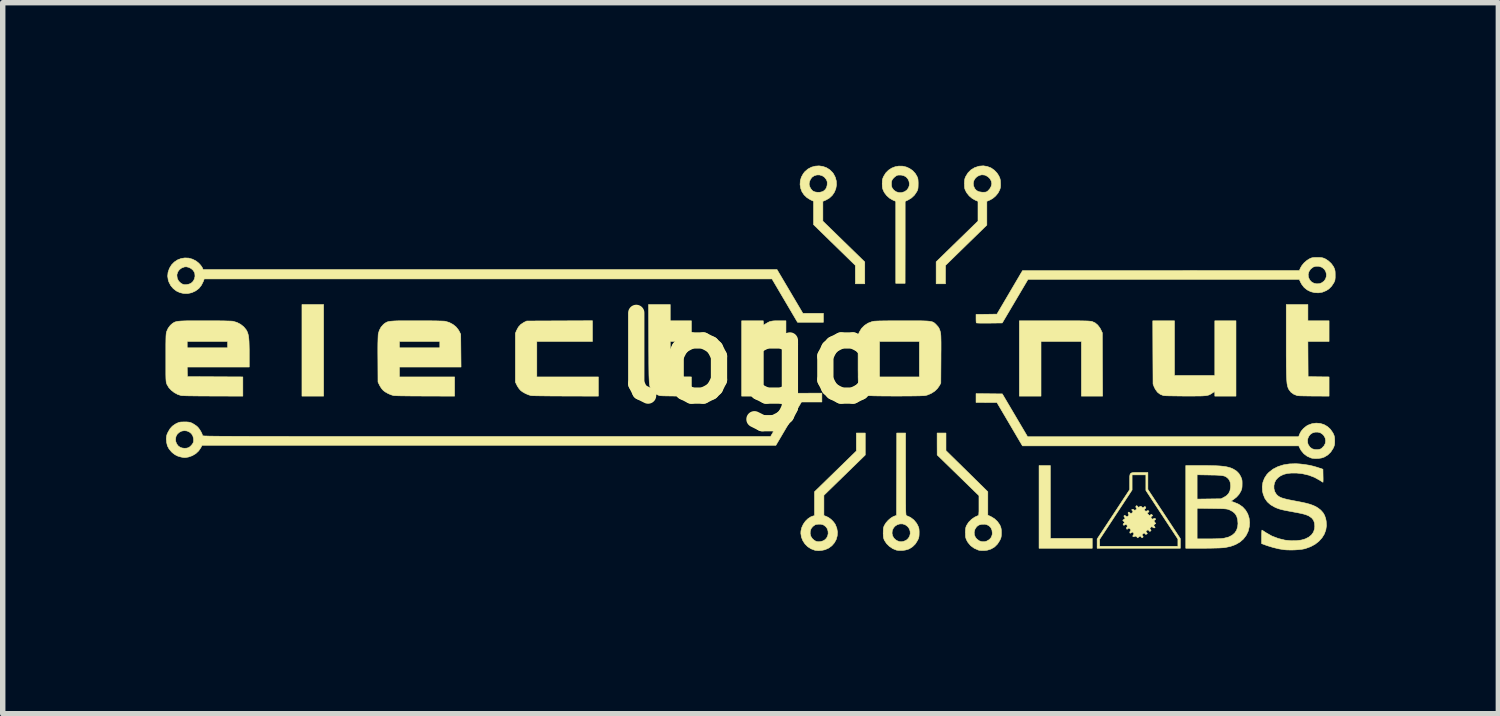
<source format=kicad_pcb>
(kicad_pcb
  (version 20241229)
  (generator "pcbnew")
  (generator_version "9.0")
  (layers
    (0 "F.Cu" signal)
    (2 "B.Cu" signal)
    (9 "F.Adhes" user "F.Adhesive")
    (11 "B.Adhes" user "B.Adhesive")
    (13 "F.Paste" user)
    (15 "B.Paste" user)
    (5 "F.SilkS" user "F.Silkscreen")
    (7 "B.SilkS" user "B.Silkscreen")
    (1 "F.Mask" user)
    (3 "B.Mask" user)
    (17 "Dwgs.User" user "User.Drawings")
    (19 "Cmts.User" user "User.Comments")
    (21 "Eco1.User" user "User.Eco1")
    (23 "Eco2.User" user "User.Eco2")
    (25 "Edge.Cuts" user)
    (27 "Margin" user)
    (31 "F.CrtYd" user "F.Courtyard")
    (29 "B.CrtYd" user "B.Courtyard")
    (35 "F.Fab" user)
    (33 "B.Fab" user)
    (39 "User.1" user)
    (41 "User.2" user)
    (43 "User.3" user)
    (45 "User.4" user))
  (footprint "logo"
    (layer "F.Cu")
    (at 10.777 3.549)
    (property "Reference" "logo" (at 0 0 0) (layer "F.SilkS") (effects (font (size 1.524 1.524) (thickness 0.3))))
    (attr through_hole)
    (fp_poly (pts (xy -7.865 0.699) (xy -8.264 0.699) (xy -8.264 -0.989) (xy -7.865 -0.989) (xy -7.865 0.699)) (stroke (width 0.01) (type solid)) (fill yes) (layer "F.SilkS"))
    (fp_poly (pts (xy 5.524 3.32) (xy 6.296 3.32) (xy 6.296 3.502) (xy 5.316 3.502) (xy 5.316 1.978) (xy 5.524 1.978) (xy 5.524 3.32)) (stroke (width 0.01) (type solid)) (fill yes) (layer "F.SilkS"))
    (fp_poly (pts (xy 0.238 -0.649) (xy 0.24 -0.609) (xy 0.29 -0.64) (xy 0.321 -0.658) (xy 0.349 -0.672) (xy 0.379 -0.68) (xy 0.414 -0.686) (xy 0.458 -0.689) (xy 0.516 -0.689) (xy 0.528 -0.689) (xy 0.653 -0.689) (xy 0.653 -0.308) (xy 0.236 -0.308) (xy 0.236 0.699) (xy -0.163 0.699) (xy -0.163 -0.689) (xy 0.235 -0.689) (xy 0.238 -0.649)) (stroke (width 0.01) (type solid)) (fill yes) (layer "F.SilkS"))
    (fp_poly (pts (xy 5.726 -0.689) (xy 5.836 -0.689) (xy 5.929 -0.689) (xy 6.009 -0.689) (xy 6.076 -0.688) (xy 6.131 -0.687) (xy 6.176 -0.686) (xy 6.211 -0.685) (xy 6.239 -0.683) (xy 6.261 -0.681) (xy 6.277 -0.679) (xy 6.29 -0.677) (xy 6.295 -0.675) (xy 6.348 -0.651) (xy 6.396 -0.611) (xy 6.436 -0.559) (xy 6.455 -0.524) (xy 6.482 -0.467) (xy 6.484 0.116) (xy 6.487 0.699) (xy 6.096 0.699) (xy 6.096 -0.308) (xy 5.352 -0.308) (xy 5.352 0.699) (xy 4.953 0.699) (xy 4.953 -0.689) (xy 5.6 -0.689) (xy 5.726 -0.689)) (stroke (width 0.01) (type solid)) (fill yes) (layer "F.SilkS"))
    (fp_poly (pts (xy -2.912 -0.308) (xy -3.937 -0.308) (xy -3.937 0.345) (xy -2.803 0.345) (xy -2.803 0.699) (xy -3.404 0.698) (xy -3.508 0.697) (xy -3.607 0.697) (xy -3.701 0.696) (xy -3.786 0.695) (xy -3.862 0.694) (xy -3.928 0.693) (xy -3.98 0.692) (xy -4.018 0.691) (xy -4.041 0.689) (xy -4.045 0.689) (xy -4.093 0.674) (xy -4.147 0.651) (xy -4.198 0.622) (xy -4.234 0.595) (xy -4.262 0.564) (xy -4.29 0.523) (xy -4.302 0.501) (xy -4.332 0.44) (xy -4.332 -0.458) (xy -4.31 -0.511) (xy -4.276 -0.574) (xy -4.23 -0.624) (xy -4.174 -0.66) (xy -4.123 -0.685) (xy -2.912 -0.69) (xy -2.912 -0.308)) (stroke (width 0.01) (type solid)) (fill yes) (layer "F.SilkS"))
    (fp_poly (pts (xy 7.171 2.105) (xy 7.321 2.105) (xy 7.321 2.261) (xy 7.321 2.418) (xy 7.62 2.871) (xy 7.919 3.325) (xy 7.919 3.413) (xy 7.919 3.502) (xy 6.386 3.502) (xy 6.386 3.338) (xy 6.432 3.338) (xy 6.432 3.465) (xy 7.874 3.465) (xy 7.874 3.333) (xy 7.579 2.885) (xy 7.284 2.436) (xy 7.284 2.15) (xy 7.03 2.15) (xy 7.03 2.428) (xy 6.731 2.883) (xy 6.432 3.338) (xy 6.386 3.338) (xy 6.386 3.331) (xy 6.686 2.876) (xy 6.985 2.421) (xy 6.985 2.281) (xy 6.985 2.222) (xy 6.986 2.177) (xy 6.991 2.146) (xy 7.002 2.125) (xy 7.021 2.113) (xy 7.05 2.107) (xy 7.092 2.105) (xy 7.15 2.105) (xy 7.171 2.105)) (stroke (width 0.01) (type solid)) (fill yes) (layer "F.SilkS"))
    (fp_poly (pts (xy 10.269 -0.689) (xy 10.659 -0.689) (xy 10.659 -0.308) (xy 10.269 -0.308) (xy 10.271 0.016) (xy 10.273 0.34) (xy 10.466 0.343) (xy 10.659 0.345) (xy 10.659 0.699) (xy 10.38 0.698) (xy 10.309 0.697) (xy 10.243 0.696) (xy 10.185 0.695) (xy 10.136 0.694) (xy 10.1 0.692) (xy 10.078 0.69) (xy 10.074 0.69) (xy 10.01 0.665) (xy 9.958 0.628) (xy 9.92 0.579) (xy 9.907 0.554) (xy 9.901 0.537) (xy 9.895 0.518) (xy 9.89 0.496) (xy 9.885 0.469) (xy 9.882 0.437) (xy 9.879 0.398) (xy 9.876 0.35) (xy 9.874 0.293) (xy 9.873 0.226) (xy 9.871 0.146) (xy 9.871 0.053) (xy 9.87 -0.054) (xy 9.87 -0.176) (xy 9.87 -0.316) (xy 9.87 -0.32) (xy 9.87 -0.989) (xy 10.269 -0.989) (xy 10.269 -0.689)) (stroke (width 0.01) (type solid)) (fill yes) (layer "F.SilkS"))
    (fp_poly (pts (xy -1.479 -0.689) (xy -1.089 -0.689) (xy -1.089 -0.308) (xy -1.479 -0.308) (xy -1.476 0.016) (xy -1.474 0.34) (xy -1.281 0.343) (xy -1.089 0.345) (xy -1.089 0.699) (xy -1.368 0.698) (xy -1.438 0.697) (xy -1.504 0.696) (xy -1.563 0.695) (xy -1.611 0.694) (xy -1.648 0.692) (xy -1.67 0.691) (xy -1.674 0.69) (xy -1.727 0.67) (xy -1.775 0.639) (xy -1.814 0.601) (xy -1.83 0.576) (xy -1.838 0.562) (xy -1.844 0.548) (xy -1.85 0.534) (xy -1.854 0.518) (xy -1.859 0.499) (xy -1.862 0.475) (xy -1.865 0.446) (xy -1.867 0.41) (xy -1.869 0.366) (xy -1.871 0.313) (xy -1.872 0.249) (xy -1.873 0.173) (xy -1.874 0.083) (xy -1.874 -0.02) (xy -1.875 -0.14) (xy -1.875 -0.265) (xy -1.879 -0.989) (xy -1.479 -0.989) (xy -1.479 -0.689)) (stroke (width 0.01) (type solid)) (fill yes) (layer "F.SilkS"))
    (fp_poly (pts (xy 7.811 0.318) (xy 8.554 0.318) (xy 8.554 -0.689) (xy 8.944 -0.689) (xy 8.944 0.699) (xy 8.554 0.699) (xy 8.554 0.658) (xy 8.553 0.633) (xy 8.551 0.619) (xy 8.549 0.617) (xy 8.539 0.622) (xy 8.52 0.634) (xy 8.503 0.645) (xy 8.484 0.658) (xy 8.466 0.668) (xy 8.448 0.677) (xy 8.427 0.683) (xy 8.401 0.689) (xy 8.369 0.692) (xy 8.329 0.695) (xy 8.278 0.697) (xy 8.216 0.697) (xy 8.14 0.698) (xy 8.049 0.698) (xy 8.011 0.698) (xy 7.93 0.697) (xy 7.853 0.696) (xy 7.783 0.695) (xy 7.721 0.694) (xy 7.671 0.693) (xy 7.634 0.691) (xy 7.612 0.689) (xy 7.608 0.689) (xy 7.549 0.666) (xy 7.499 0.628) (xy 7.459 0.574) (xy 7.437 0.53) (xy 7.416 0.476) (xy 7.413 -0.107) (xy 7.411 -0.689) (xy 7.811 -0.689) (xy 7.811 0.318)) (stroke (width 0.01) (type solid)) (fill yes) (layer "F.SilkS"))
    (fp_poly (pts (xy -10.352 -1.844) (xy -10.283 -1.825) (xy -10.217 -1.792) (xy -10.17 -1.755) (xy -10.142 -1.726) (xy -10.118 -1.696) (xy -10.102 -1.671) (xy -10.101 -1.67) (xy -10.085 -1.633) (xy 0.488 -1.633) (xy 0.727 -1.229) (xy 0.965 -0.826) (xy 1.343 -0.826) (xy 1.343 -0.662) (xy 1.104 -0.662) (xy 0.866 -0.662) (xy 0.631 -1.061) (xy 0.396 -1.46) (xy -10.065 -1.46) (xy -10.08 -1.417) (xy -10.115 -1.346) (xy -10.162 -1.286) (xy -10.223 -1.24) (xy -10.294 -1.207) (xy -10.368 -1.191) (xy -10.442 -1.192) (xy -10.512 -1.208) (xy -10.577 -1.238) (xy -10.634 -1.282) (xy -10.681 -1.337) (xy -10.715 -1.403) (xy -10.728 -1.442) (xy -10.738 -1.513) (xy -10.737 -1.521) (xy -10.568 -1.521) (xy -10.56 -1.466) (xy -10.535 -1.42) (xy -10.496 -1.382) (xy -10.458 -1.361) (xy -10.426 -1.354) (xy -10.385 -1.356) (xy -10.344 -1.365) (xy -10.309 -1.38) (xy -10.305 -1.382) (xy -10.269 -1.416) (xy -10.245 -1.46) (xy -10.234 -1.51) (xy -10.238 -1.56) (xy -10.245 -1.581) (xy -10.269 -1.619) (xy -10.305 -1.651) (xy -10.348 -1.673) (xy -10.393 -1.684) (xy -10.426 -1.682) (xy -10.479 -1.663) (xy -10.521 -1.632) (xy -10.551 -1.591) (xy -10.567 -1.543) (xy -10.568 -1.521) (xy -10.737 -1.521) (xy -10.731 -1.581) (xy -10.707 -1.651) (xy -10.705 -1.656) (xy -10.666 -1.72) (xy -10.615 -1.772) (xy -10.556 -1.811) (xy -10.491 -1.836) (xy -10.422 -1.847) (xy -10.352 -1.844)) (stroke (width 0.01) (type solid)) (fill yes) (layer "F.SilkS"))
    (fp_poly (pts (xy 1.332 -3.533) (xy 1.398 -3.51) (xy 1.459 -3.472) (xy 1.511 -3.421) (xy 1.527 -3.4) (xy 1.562 -3.333) (xy 1.581 -3.263) (xy 1.584 -3.193) (xy 1.572 -3.124) (xy 1.546 -3.059) (xy 1.507 -3.001) (xy 1.455 -2.952) (xy 1.391 -2.914) (xy 1.383 -2.911) (xy 1.333 -2.89) (xy 1.333 -2.525) (xy 1.719 -2.149) (xy 2.105 -1.773) (xy 2.105 -1.37) (xy 1.932 -1.37) (xy 1.931 -1.71) (xy 1.161 -2.461) (xy 1.161 -2.892) (xy 1.103 -2.919) (xy 1.039 -2.959) (xy 0.987 -3.009) (xy 0.948 -3.067) (xy 0.924 -3.131) (xy 0.913 -3.199) (xy 0.914 -3.21) (xy 1.079 -3.21) (xy 1.087 -3.17) (xy 1.106 -3.129) (xy 1.133 -3.094) (xy 1.151 -3.079) (xy 1.187 -3.063) (xy 1.232 -3.056) (xy 1.279 -3.057) (xy 1.321 -3.067) (xy 1.343 -3.077) (xy 1.379 -3.108) (xy 1.401 -3.144) (xy 1.412 -3.188) (xy 1.413 -3.202) (xy 1.414 -3.237) (xy 1.41 -3.262) (xy 1.399 -3.287) (xy 1.394 -3.295) (xy 1.362 -3.335) (xy 1.32 -3.362) (xy 1.272 -3.376) (xy 1.223 -3.376) (xy 1.175 -3.362) (xy 1.134 -3.334) (xy 1.128 -3.328) (xy 1.104 -3.293) (xy 1.086 -3.251) (xy 1.08 -3.211) (xy 1.079 -3.21) (xy 0.914 -3.21) (xy 0.917 -3.268) (xy 0.937 -3.336) (xy 0.972 -3.399) (xy 1.001 -3.436) (xy 1.058 -3.485) (xy 1.122 -3.519) (xy 1.191 -3.538) (xy 1.262 -3.543) (xy 1.332 -3.533)) (stroke (width 0.01) (type solid)) (fill yes) (layer "F.SilkS"))
    (fp_poly (pts (xy 2.114 1.784) (xy 1.352 2.526) (xy 1.352 2.899) (xy 1.396 2.915) (xy 1.438 2.936) (xy 1.483 2.969) (xy 1.523 3.009) (xy 1.556 3.052) (xy 1.562 3.063) (xy 1.59 3.133) (xy 1.602 3.204) (xy 1.597 3.275) (xy 1.578 3.342) (xy 1.544 3.403) (xy 1.498 3.456) (xy 1.439 3.499) (xy 1.371 3.529) (xy 1.313 3.541) (xy 1.252 3.546) (xy 1.196 3.541) (xy 1.184 3.538) (xy 1.115 3.512) (xy 1.054 3.473) (xy 1.003 3.422) (xy 0.964 3.362) (xy 0.938 3.297) (xy 0.928 3.233) (xy 1.099 3.233) (xy 1.11 3.279) (xy 1.136 3.321) (xy 1.174 3.356) (xy 1.208 3.374) (xy 1.244 3.382) (xy 1.287 3.379) (xy 1.33 3.368) (xy 1.361 3.353) (xy 1.398 3.319) (xy 1.421 3.277) (xy 1.431 3.231) (xy 1.428 3.184) (xy 1.413 3.139) (xy 1.385 3.101) (xy 1.345 3.073) (xy 1.331 3.067) (xy 1.298 3.059) (xy 1.258 3.058) (xy 1.219 3.061) (xy 1.19 3.07) (xy 1.146 3.102) (xy 1.116 3.141) (xy 1.101 3.186) (xy 1.099 3.233) (xy 0.928 3.233) (xy 0.927 3.227) (xy 0.929 3.184) (xy 0.944 3.121) (xy 0.972 3.06) (xy 1.011 3.004) (xy 1.058 2.958) (xy 1.111 2.923) (xy 1.154 2.907) (xy 1.179 2.901) (xy 1.179 2.461) (xy 1.565 2.085) (xy 1.95 1.71) (xy 1.95 1.544) (xy 1.95 1.379) (xy 2.114 1.379) (xy 2.114 1.784)) (stroke (width 0.01) (type solid)) (fill yes) (layer "F.SilkS"))
    (fp_poly (pts (xy -6.041 -0.689) (xy -5.946 -0.689) (xy -5.859 -0.688) (xy -5.784 -0.687) (xy -5.721 -0.685) (xy -5.672 -0.684) (xy -5.639 -0.682) (xy -5.624 -0.68) (xy -5.55 -0.658) (xy -5.482 -0.622) (xy -5.424 -0.575) (xy -5.379 -0.518) (xy -5.364 -0.491) (xy -5.339 -0.44) (xy -5.333 0.163) (xy -6.468 0.163) (xy -6.468 0.345) (xy -5.452 0.345) (xy -5.452 0.699) (xy -5.994 0.698) (xy -6.093 0.697) (xy -6.187 0.697) (xy -6.275 0.696) (xy -6.355 0.695) (xy -6.426 0.694) (xy -6.485 0.693) (xy -6.531 0.691) (xy -6.562 0.69) (xy -6.576 0.689) (xy -6.624 0.674) (xy -6.678 0.651) (xy -6.729 0.622) (xy -6.765 0.595) (xy -6.793 0.564) (xy -6.82 0.524) (xy -6.833 0.501) (xy -6.863 0.44) (xy -6.865 0.027) (xy -6.866 -0.095) (xy -6.866 -0.2) (xy -6.865 -0.286) (xy -6.864 -0.308) (xy -6.468 -0.308) (xy -6.468 -0.191) (xy -5.724 -0.191) (xy -5.724 -0.308) (xy -6.468 -0.308) (xy -6.864 -0.308) (xy -6.863 -0.355) (xy -6.861 -0.406) (xy -6.859 -0.44) (xy -6.858 -0.446) (xy -6.839 -0.512) (xy -6.807 -0.572) (xy -6.765 -0.62) (xy -6.751 -0.632) (xy -6.735 -0.644) (xy -6.719 -0.654) (xy -6.703 -0.663) (xy -6.685 -0.67) (xy -6.662 -0.676) (xy -6.634 -0.68) (xy -6.599 -0.683) (xy -6.556 -0.686) (xy -6.502 -0.688) (xy -6.436 -0.689) (xy -6.357 -0.689) (xy -6.263 -0.689) (xy -6.153 -0.689) (xy -6.145 -0.689) (xy -6.041 -0.689)) (stroke (width 0.01) (type solid)) (fill yes) (layer "F.SilkS"))
    (fp_poly (pts (xy 4.639 0.658) (xy 5.105 1.447) (xy 10.099 1.447) (xy 10.116 1.4) (xy 10.145 1.345) (xy 10.189 1.294) (xy 10.242 1.251) (xy 10.273 1.233) (xy 10.347 1.206) (xy 10.422 1.196) (xy 10.495 1.202) (xy 10.565 1.223) (xy 10.628 1.259) (xy 10.683 1.309) (xy 10.727 1.372) (xy 10.739 1.395) (xy 10.752 1.426) (xy 10.759 1.455) (xy 10.762 1.49) (xy 10.763 1.524) (xy 10.762 1.565) (xy 10.759 1.595) (xy 10.751 1.622) (xy 10.738 1.652) (xy 10.734 1.661) (xy 10.691 1.728) (xy 10.636 1.782) (xy 10.57 1.822) (xy 10.522 1.838) (xy 10.465 1.847) (xy 10.405 1.849) (xy 10.351 1.844) (xy 10.326 1.838) (xy 10.255 1.806) (xy 10.194 1.76) (xy 10.145 1.701) (xy 10.121 1.658) (xy 10.101 1.615) (xy 5.01 1.615) (xy 4.962 1.534) (xy 10.261 1.534) (xy 10.271 1.582) (xy 10.277 1.595) (xy 10.308 1.64) (xy 10.347 1.669) (xy 10.395 1.683) (xy 10.439 1.685) (xy 10.474 1.681) (xy 10.5 1.674) (xy 10.524 1.659) (xy 10.529 1.654) (xy 10.567 1.614) (xy 10.59 1.568) (xy 10.596 1.519) (xy 10.587 1.47) (xy 10.562 1.425) (xy 10.538 1.4) (xy 10.498 1.374) (xy 10.451 1.362) (xy 10.4 1.363) (xy 10.353 1.377) (xy 10.313 1.404) (xy 10.284 1.442) (xy 10.266 1.486) (xy 10.261 1.534) (xy 4.962 1.534) (xy 4.775 1.216) (xy 4.54 0.817) (xy 4.155 0.816) (xy 4.155 0.653) (xy 4.639 0.658)) (stroke (width 0.01) (type solid)) (fill yes) (layer "F.SilkS"))
    (fp_poly (pts (xy 2.8 -3.538) (xy 2.867 -3.523) (xy 2.93 -3.495) (xy 2.988 -3.455) (xy 3.037 -3.401) (xy 3.067 -3.349) (xy 3.077 -3.327) (xy 3.084 -3.304) (xy 3.087 -3.275) (xy 3.089 -3.237) (xy 3.089 -3.211) (xy 3.088 -3.167) (xy 3.086 -3.135) (xy 3.082 -3.112) (xy 3.075 -3.091) (xy 3.063 -3.068) (xy 3.02 -3.004) (xy 2.965 -2.952) (xy 2.904 -2.915) (xy 2.849 -2.889) (xy 2.849 -2.134) (xy 2.848 -1.379) (xy 2.676 -1.379) (xy 2.676 -2.89) (xy 2.626 -2.911) (xy 2.566 -2.945) (xy 2.512 -2.992) (xy 2.469 -3.047) (xy 2.453 -3.077) (xy 2.44 -3.108) (xy 2.432 -3.135) (xy 2.428 -3.165) (xy 2.427 -3.204) (xy 2.427 -3.212) (xy 2.595 -3.212) (xy 2.598 -3.173) (xy 2.607 -3.141) (xy 2.607 -3.141) (xy 2.639 -3.097) (xy 2.681 -3.067) (xy 2.73 -3.051) (xy 2.783 -3.051) (xy 2.835 -3.066) (xy 2.837 -3.067) (xy 2.879 -3.096) (xy 2.908 -3.134) (xy 2.924 -3.176) (xy 2.927 -3.221) (xy 2.918 -3.265) (xy 2.898 -3.305) (xy 2.867 -3.339) (xy 2.826 -3.362) (xy 2.78 -3.373) (xy 2.748 -3.374) (xy 2.719 -3.373) (xy 2.708 -3.371) (xy 2.683 -3.359) (xy 2.653 -3.336) (xy 2.626 -3.309) (xy 2.608 -3.283) (xy 2.598 -3.252) (xy 2.595 -3.212) (xy 2.427 -3.212) (xy 2.427 -3.216) (xy 2.428 -3.259) (xy 2.431 -3.291) (xy 2.439 -3.317) (xy 2.451 -3.345) (xy 2.452 -3.348) (xy 2.492 -3.413) (xy 2.543 -3.464) (xy 2.601 -3.502) (xy 2.665 -3.527) (xy 2.732 -3.539) (xy 2.8 -3.538)) (stroke (width 0.01) (type solid)) (fill yes) (layer "F.SilkS"))
    (fp_poly (pts (xy 4.362 -3.532) (xy 4.43 -3.506) (xy 4.491 -3.464) (xy 4.542 -3.41) (xy 4.572 -3.364) (xy 4.588 -3.331) (xy 4.598 -3.302) (xy 4.604 -3.27) (xy 4.606 -3.229) (xy 4.607 -3.185) (xy 4.605 -3.152) (xy 4.598 -3.121) (xy 4.59 -3.1) (xy 4.56 -3.042) (xy 4.515 -2.988) (xy 4.462 -2.943) (xy 4.413 -2.915) (xy 4.354 -2.89) (xy 4.354 -2.452) (xy 3.973 -2.081) (xy 3.593 -1.71) (xy 3.592 -1.54) (xy 3.592 -1.37) (xy 3.42 -1.37) (xy 3.42 -1.775) (xy 3.805 -2.15) (xy 4.191 -2.526) (xy 4.191 -2.89) (xy 4.141 -2.911) (xy 4.083 -2.944) (xy 4.029 -2.99) (xy 3.985 -3.045) (xy 3.971 -3.07) (xy 3.957 -3.098) (xy 3.948 -3.121) (xy 3.944 -3.146) (xy 3.942 -3.179) (xy 3.942 -3.211) (xy 3.942 -3.225) (xy 4.104 -3.225) (xy 4.109 -3.176) (xy 4.13 -3.126) (xy 4.162 -3.09) (xy 4.206 -3.067) (xy 4.263 -3.058) (xy 4.279 -3.057) (xy 4.314 -3.058) (xy 4.338 -3.061) (xy 4.355 -3.068) (xy 4.373 -3.082) (xy 4.378 -3.086) (xy 4.41 -3.122) (xy 4.433 -3.164) (xy 4.444 -3.205) (xy 4.445 -3.216) (xy 4.436 -3.263) (xy 4.412 -3.306) (xy 4.376 -3.342) (xy 4.331 -3.368) (xy 4.312 -3.374) (xy 4.262 -3.379) (xy 4.215 -3.368) (xy 4.173 -3.345) (xy 4.139 -3.312) (xy 4.115 -3.271) (xy 4.104 -3.225) (xy 3.942 -3.225) (xy 3.942 -3.255) (xy 3.945 -3.287) (xy 3.951 -3.313) (xy 3.961 -3.339) (xy 3.965 -3.347) (xy 4.007 -3.415) (xy 4.061 -3.469) (xy 4.126 -3.509) (xy 4.202 -3.535) (xy 4.215 -3.538) (xy 4.289 -3.544) (xy 4.362 -3.532)) (stroke (width 0.01) (type solid)) (fill yes) (layer "F.SilkS"))
    (fp_poly (pts (xy 3.601 1.703) (xy 3.987 2.082) (xy 4.372 2.461) (xy 4.372 2.892) (xy 4.431 2.919) (xy 4.495 2.958) (xy 4.549 3.009) (xy 4.591 3.068) (xy 4.598 3.083) (xy 4.61 3.112) (xy 4.617 3.139) (xy 4.621 3.17) (xy 4.622 3.212) (xy 4.622 3.216) (xy 4.621 3.258) (xy 4.618 3.288) (xy 4.612 3.314) (xy 4.6 3.342) (xy 4.592 3.358) (xy 4.55 3.424) (xy 4.497 3.477) (xy 4.433 3.515) (xy 4.361 3.538) (xy 4.304 3.544) (xy 4.257 3.544) (xy 4.217 3.54) (xy 4.196 3.535) (xy 4.12 3.501) (xy 4.057 3.455) (xy 4.007 3.396) (xy 3.984 3.356) (xy 3.973 3.331) (xy 3.965 3.307) (xy 3.961 3.28) (xy 3.96 3.244) (xy 3.96 3.216) (xy 3.96 3.204) (xy 4.121 3.204) (xy 4.124 3.254) (xy 4.144 3.301) (xy 4.17 3.332) (xy 4.214 3.365) (xy 4.264 3.381) (xy 4.317 3.38) (xy 4.352 3.37) (xy 4.401 3.341) (xy 4.434 3.303) (xy 4.452 3.255) (xy 4.455 3.221) (xy 4.448 3.167) (xy 4.427 3.121) (xy 4.393 3.087) (xy 4.348 3.065) (xy 4.318 3.059) (xy 4.257 3.06) (xy 4.207 3.074) (xy 4.167 3.103) (xy 4.138 3.147) (xy 4.135 3.152) (xy 4.121 3.204) (xy 3.96 3.204) (xy 3.96 3.171) (xy 3.963 3.139) (xy 3.968 3.114) (xy 3.977 3.09) (xy 3.982 3.08) (xy 4.019 3.022) (xy 4.071 2.97) (xy 4.131 2.928) (xy 4.193 2.9) (xy 4.199 2.896) (xy 4.203 2.889) (xy 4.206 2.876) (xy 4.207 2.854) (xy 4.209 2.821) (xy 4.209 2.774) (xy 4.209 2.714) (xy 4.209 2.533) (xy 3.824 2.158) (xy 3.439 1.783) (xy 3.438 1.581) (xy 3.438 1.379) (xy 3.601 1.379) (xy 3.601 1.703)) (stroke (width 0.01) (type solid)) (fill yes) (layer "F.SilkS"))
    (fp_poly (pts (xy 2.857 2.137) (xy 2.858 2.272) (xy 2.858 2.39) (xy 2.858 2.492) (xy 2.858 2.579) (xy 2.858 2.653) (xy 2.859 2.715) (xy 2.859 2.765) (xy 2.86 2.805) (xy 2.861 2.836) (xy 2.863 2.86) (xy 2.864 2.877) (xy 2.866 2.888) (xy 2.868 2.895) (xy 2.871 2.898) (xy 2.873 2.9) (xy 2.947 2.933) (xy 3.009 2.98) (xy 3.058 3.039) (xy 3.077 3.073) (xy 3.092 3.105) (xy 3.101 3.131) (xy 3.105 3.158) (xy 3.107 3.193) (xy 3.107 3.216) (xy 3.106 3.258) (xy 3.103 3.288) (xy 3.097 3.314) (xy 3.085 3.342) (xy 3.077 3.358) (xy 3.038 3.421) (xy 2.986 3.473) (xy 2.927 3.511) (xy 2.905 3.52) (xy 2.852 3.535) (xy 2.794 3.543) (xy 2.736 3.543) (xy 2.686 3.536) (xy 2.685 3.535) (xy 2.619 3.508) (xy 2.559 3.467) (xy 2.507 3.416) (xy 2.469 3.358) (xy 2.464 3.349) (xy 2.455 3.324) (xy 2.449 3.298) (xy 2.446 3.264) (xy 2.445 3.224) (xy 2.607 3.224) (xy 2.617 3.272) (xy 2.641 3.315) (xy 2.679 3.35) (xy 2.708 3.366) (xy 2.746 3.38) (xy 2.783 3.382) (xy 2.823 3.374) (xy 2.871 3.353) (xy 2.908 3.319) (xy 2.932 3.278) (xy 2.943 3.232) (xy 2.94 3.184) (xy 2.922 3.137) (xy 2.895 3.101) (xy 2.851 3.069) (xy 2.803 3.053) (xy 2.753 3.053) (xy 2.704 3.067) (xy 2.661 3.096) (xy 2.634 3.128) (xy 2.612 3.175) (xy 2.607 3.224) (xy 2.445 3.224) (xy 2.445 3.218) (xy 2.445 3.216) (xy 2.446 3.171) (xy 2.448 3.138) (xy 2.453 3.113) (xy 2.462 3.09) (xy 2.467 3.08) (xy 2.496 3.033) (xy 2.536 2.988) (xy 2.58 2.949) (xy 2.625 2.921) (xy 2.64 2.914) (xy 2.69 2.896) (xy 2.694 1.379) (xy 2.857 1.379) (xy 2.857 2.137)) (stroke (width 0.01) (type solid)) (fill yes) (layer "F.SilkS"))
    (fp_poly (pts (xy -9.951 -0.689) (xy -9.855 -0.689) (xy -9.769 -0.688) (xy -9.694 -0.687) (xy -9.631 -0.685) (xy -9.582 -0.684) (xy -9.548 -0.682) (xy -9.534 -0.68) (xy -9.462 -0.659) (xy -9.396 -0.625) (xy -9.339 -0.58) (xy -9.294 -0.527) (xy -9.276 -0.495) (xy -9.265 -0.469) (xy -9.256 -0.439) (xy -9.248 -0.403) (xy -9.243 -0.36) (xy -9.239 -0.306) (xy -9.237 -0.24) (xy -9.235 -0.16) (xy -9.235 -0.075) (xy -9.235 0.163) (xy -10.378 0.163) (xy -10.376 0.252) (xy -10.373 0.34) (xy -9.353 0.345) (xy -9.353 0.699) (xy -9.899 0.698) (xy -9.998 0.697) (xy -10.093 0.697) (xy -10.182 0.696) (xy -10.262 0.695) (xy -10.333 0.694) (xy -10.393 0.693) (xy -10.44 0.691) (xy -10.472 0.69) (xy -10.487 0.689) (xy -10.551 0.669) (xy -10.613 0.636) (xy -10.669 0.593) (xy -10.716 0.543) (xy -10.748 0.489) (xy -10.752 0.482) (xy -10.756 0.47) (xy -10.76 0.458) (xy -10.764 0.445) (xy -10.766 0.429) (xy -10.768 0.408) (xy -10.77 0.38) (xy -10.771 0.345) (xy -10.772 0.299) (xy -10.772 0.242) (xy -10.772 0.172) (xy -10.772 0.087) (xy -10.772 -0.005) (xy -10.772 -0.107) (xy -10.772 -0.192) (xy -10.772 -0.263) (xy -10.771 -0.308) (xy -10.378 -0.308) (xy -10.378 -0.191) (xy -9.634 -0.191) (xy -9.634 -0.308) (xy -10.378 -0.308) (xy -10.771 -0.308) (xy -10.771 -0.32) (xy -10.77 -0.366) (xy -10.769 -0.403) (xy -10.767 -0.431) (xy -10.765 -0.453) (xy -10.762 -0.47) (xy -10.758 -0.484) (xy -10.757 -0.49) (xy -10.729 -0.552) (xy -10.689 -0.605) (xy -10.651 -0.639) (xy -10.635 -0.649) (xy -10.62 -0.659) (xy -10.604 -0.666) (xy -10.585 -0.672) (xy -10.563 -0.677) (xy -10.534 -0.681) (xy -10.499 -0.684) (xy -10.455 -0.686) (xy -10.4 -0.688) (xy -10.333 -0.689) (xy -10.253 -0.689) (xy -10.158 -0.689) (xy -10.055 -0.689) (xy -9.951 -0.689)) (stroke (width 0.01) (type solid)) (fill yes) (layer "F.SilkS"))
    (fp_poly (pts (xy 10.486 -1.855) (xy 10.518 -1.853) (xy 10.543 -1.848) (xy 10.566 -1.84) (xy 10.589 -1.83) (xy 10.646 -1.793) (xy 10.698 -1.745) (xy 10.738 -1.69) (xy 10.749 -1.669) (xy 10.76 -1.643) (xy 10.767 -1.618) (xy 10.771 -1.59) (xy 10.772 -1.551) (xy 10.772 -1.529) (xy 10.772 -1.485) (xy 10.769 -1.454) (xy 10.765 -1.43) (xy 10.756 -1.408) (xy 10.747 -1.39) (xy 10.705 -1.326) (xy 10.655 -1.276) (xy 10.607 -1.245) (xy 10.536 -1.216) (xy 10.462 -1.204) (xy 10.39 -1.208) (xy 10.32 -1.226) (xy 10.256 -1.258) (xy 10.2 -1.303) (xy 10.155 -1.361) (xy 10.136 -1.396) (xy 10.11 -1.451) (xy 7.611 -1.451) (xy 5.112 -1.451) (xy 4.875 -1.05) (xy 4.638 -0.649) (xy 4.402 -0.646) (xy 4.339 -0.646) (xy 4.281 -0.646) (xy 4.232 -0.646) (xy 4.194 -0.647) (xy 4.17 -0.649) (xy 4.161 -0.65) (xy 4.158 -0.661) (xy 4.156 -0.686) (xy 4.155 -0.72) (xy 4.155 -0.732) (xy 4.155 -0.807) (xy 4.347 -0.809) (xy 4.54 -0.812) (xy 4.97 -1.543) (xy 10.274 -1.543) (xy 10.279 -1.492) (xy 10.302 -1.442) (xy 10.305 -1.438) (xy 10.338 -1.403) (xy 10.382 -1.38) (xy 10.431 -1.37) (xy 10.482 -1.373) (xy 10.522 -1.388) (xy 10.564 -1.418) (xy 10.593 -1.457) (xy 10.608 -1.502) (xy 10.61 -1.548) (xy 10.599 -1.594) (xy 10.575 -1.635) (xy 10.537 -1.668) (xy 10.521 -1.677) (xy 10.467 -1.694) (xy 10.414 -1.694) (xy 10.365 -1.678) (xy 10.322 -1.644) (xy 10.317 -1.639) (xy 10.287 -1.592) (xy 10.274 -1.543) (xy 4.97 -1.543) (xy 5.012 -1.614) (xy 7.562 -1.614) (xy 10.112 -1.615) (xy 10.131 -1.66) (xy 10.159 -1.708) (xy 10.199 -1.756) (xy 10.248 -1.799) (xy 10.291 -1.827) (xy 10.317 -1.84) (xy 10.339 -1.848) (xy 10.363 -1.853) (xy 10.392 -1.855) (xy 10.434 -1.855) (xy 10.441 -1.855) (xy 10.486 -1.855)) (stroke (width 0.01) (type solid)) (fill yes) (layer "F.SilkS"))
    (fp_poly (pts (xy 2.912 -0.689) (xy 3.009 -0.689) (xy 3.091 -0.689) (xy 3.159 -0.688) (xy 3.216 -0.686) (xy 3.261 -0.684) (xy 3.298 -0.68) (xy 3.327 -0.675) (xy 3.351 -0.669) (xy 3.369 -0.661) (xy 3.385 -0.651) (xy 3.399 -0.639) (xy 3.414 -0.625) (xy 3.426 -0.612) (xy 3.456 -0.579) (xy 3.475 -0.548) (xy 3.49 -0.51) (xy 3.492 -0.501) (xy 3.497 -0.487) (xy 3.5 -0.472) (xy 3.503 -0.456) (xy 3.505 -0.436) (xy 3.507 -0.412) (xy 3.508 -0.381) (xy 3.509 -0.341) (xy 3.51 -0.292) (xy 3.51 -0.23) (xy 3.51 -0.155) (xy 3.509 -0.065) (xy 3.509 0.01) (xy 3.506 0.458) (xy 3.482 0.504) (xy 3.442 0.561) (xy 3.389 0.611) (xy 3.325 0.651) (xy 3.254 0.68) (xy 3.216 0.689) (xy 3.196 0.691) (xy 3.16 0.692) (xy 3.111 0.694) (xy 3.05 0.695) (xy 2.98 0.696) (xy 2.902 0.697) (xy 2.819 0.697) (xy 2.734 0.698) (xy 2.647 0.698) (xy 2.561 0.697) (xy 2.479 0.697) (xy 2.403 0.696) (xy 2.333 0.695) (xy 2.274 0.694) (xy 2.226 0.692) (xy 2.193 0.691) (xy 2.175 0.689) (xy 2.175 0.689) (xy 2.111 0.665) (xy 2.059 0.628) (xy 2.02 0.578) (xy 1.998 0.531) (xy 1.994 0.519) (xy 1.991 0.506) (xy 1.989 0.488) (xy 1.987 0.466) (xy 1.985 0.436) (xy 1.984 0.398) (xy 1.983 0.35) (xy 1.983 0.291) (xy 1.982 0.218) (xy 1.982 0.13) (xy 1.982 0.027) (xy 1.982 -0.308) (xy 2.377 -0.308) (xy 2.377 0.345) (xy 3.111 0.345) (xy 3.111 -0.308) (xy 2.377 -0.308) (xy 1.982 -0.308) (xy 1.982 -0.431) (xy 2.008 -0.487) (xy 2.047 -0.55) (xy 2.1 -0.603) (xy 2.164 -0.645) (xy 2.237 -0.673) (xy 2.267 -0.68) (xy 2.287 -0.682) (xy 2.324 -0.684) (xy 2.375 -0.686) (xy 2.441 -0.687) (xy 2.519 -0.688) (xy 2.608 -0.689) (xy 2.706 -0.689) (xy 2.798 -0.689) (xy 2.912 -0.689)) (stroke (width 0.01) (type solid)) (fill yes) (layer "F.SilkS"))
    (fp_poly (pts (xy 8.289 1.978) (xy 8.402 1.978) (xy 8.498 1.98) (xy 8.581 1.982) (xy 8.65 1.986) (xy 8.709 1.992) (xy 8.759 1.999) (xy 8.803 2.009) (xy 8.841 2.02) (xy 8.876 2.034) (xy 8.9 2.046) (xy 8.955 2.081) (xy 8.998 2.125) (xy 9.028 2.175) (xy 9.042 2.206) (xy 9.051 2.232) (xy 9.056 2.259) (xy 9.057 2.294) (xy 9.057 2.317) (xy 9.056 2.361) (xy 9.053 2.394) (xy 9.045 2.422) (xy 9.034 2.45) (xy 8.999 2.509) (xy 8.954 2.559) (xy 8.903 2.599) (xy 8.878 2.616) (xy 8.861 2.629) (xy 8.855 2.635) (xy 8.865 2.639) (xy 8.887 2.647) (xy 8.917 2.658) (xy 8.917 2.658) (xy 8.998 2.693) (xy 9.067 2.741) (xy 9.121 2.8) (xy 9.161 2.869) (xy 9.186 2.946) (xy 9.195 3.029) (xy 9.19 3.101) (xy 9.169 3.188) (xy 9.132 3.264) (xy 9.081 3.331) (xy 9.017 3.387) (xy 8.939 3.432) (xy 8.848 3.466) (xy 8.746 3.488) (xy 8.71 3.492) (xy 8.677 3.494) (xy 8.629 3.497) (xy 8.57 3.498) (xy 8.501 3.5) (xy 8.427 3.501) (xy 8.35 3.502) (xy 8.318 3.502) (xy 8.019 3.502) (xy 8.019 3.329) (xy 8.228 3.329) (xy 8.443 3.329) (xy 8.534 3.328) (xy 8.61 3.326) (xy 8.672 3.323) (xy 8.717 3.318) (xy 8.727 3.316) (xy 8.806 3.296) (xy 8.87 3.264) (xy 8.92 3.222) (xy 8.955 3.17) (xy 8.975 3.107) (xy 8.981 3.047) (xy 8.975 2.974) (xy 8.958 2.914) (xy 8.929 2.866) (xy 8.886 2.827) (xy 8.828 2.796) (xy 8.821 2.793) (xy 8.805 2.787) (xy 8.789 2.782) (xy 8.771 2.779) (xy 8.749 2.776) (xy 8.72 2.774) (xy 8.683 2.772) (xy 8.633 2.771) (xy 8.571 2.77) (xy 8.498 2.769) (xy 8.228 2.765) (xy 8.228 3.329) (xy 8.019 3.329) (xy 8.019 2.596) (xy 8.228 2.596) (xy 8.448 2.593) (xy 8.668 2.59) (xy 8.72 2.564) (xy 8.772 2.532) (xy 8.809 2.492) (xy 8.833 2.442) (xy 8.844 2.381) (xy 8.845 2.35) (xy 8.84 2.295) (xy 8.825 2.251) (xy 8.798 2.215) (xy 8.793 2.212) (xy 8.775 2.196) (xy 8.756 2.183) (xy 8.734 2.173) (xy 8.706 2.166) (xy 8.671 2.161) (xy 8.626 2.157) (xy 8.568 2.154) (xy 8.495 2.153) (xy 8.457 2.152) (xy 8.228 2.148) (xy 8.228 2.596) (xy 8.019 2.596) (xy 8.019 1.978) (xy 8.289 1.978)) (stroke (width 0.01) (type solid)) (fill yes) (layer "F.SilkS"))
    (fp_poly (pts (xy 1.315 0.807) (xy 0.939 0.807) (xy 0.703 1.206) (xy 0.467 1.606) (xy -10.105 1.606) (xy -10.127 1.649) (xy -10.167 1.708) (xy -10.22 1.758) (xy -10.284 1.796) (xy -10.355 1.821) (xy -10.368 1.823) (xy -10.4 1.829) (xy -10.424 1.831) (xy -10.448 1.829) (xy -10.477 1.824) (xy -10.496 1.82) (xy -10.554 1.803) (xy -10.603 1.778) (xy -10.649 1.743) (xy -10.669 1.724) (xy -10.713 1.671) (xy -10.743 1.614) (xy -10.758 1.549) (xy -10.762 1.495) (xy -10.761 1.488) (xy -10.594 1.488) (xy -10.589 1.535) (xy -10.572 1.579) (xy -10.542 1.618) (xy -10.504 1.644) (xy -10.469 1.655) (xy -10.427 1.66) (xy -10.385 1.657) (xy -10.352 1.647) (xy -10.351 1.647) (xy -10.324 1.628) (xy -10.297 1.601) (xy -10.275 1.571) (xy -10.263 1.546) (xy -10.261 1.523) (xy -10.261 1.492) (xy -10.262 1.479) (xy -10.275 1.43) (xy -10.301 1.39) (xy -10.338 1.36) (xy -10.382 1.341) (xy -10.43 1.335) (xy -10.48 1.343) (xy -10.523 1.365) (xy -10.561 1.399) (xy -10.584 1.441) (xy -10.594 1.488) (xy -10.761 1.488) (xy -10.761 1.458) (xy -10.757 1.429) (xy -10.749 1.401) (xy -10.733 1.367) (xy -10.728 1.357) (xy -10.693 1.298) (xy -10.651 1.252) (xy -10.597 1.214) (xy -10.568 1.199) (xy -10.543 1.188) (xy -10.519 1.18) (xy -10.492 1.176) (xy -10.456 1.175) (xy -10.428 1.175) (xy -10.383 1.175) (xy -10.351 1.178) (xy -10.325 1.183) (xy -10.3 1.192) (xy -10.285 1.199) (xy -10.249 1.22) (xy -10.211 1.246) (xy -10.193 1.261) (xy -10.168 1.288) (xy -10.144 1.322) (xy -10.122 1.359) (xy -10.105 1.394) (xy -10.097 1.421) (xy -10.097 1.426) (xy -10.096 1.427) (xy -10.095 1.428) (xy -10.092 1.429) (xy -10.087 1.43) (xy -10.08 1.431) (xy -10.07 1.432) (xy -10.057 1.433) (xy -10.041 1.434) (xy -10.02 1.434) (xy -9.995 1.435) (xy -9.965 1.436) (xy -9.929 1.436) (xy -9.888 1.437) (xy -9.84 1.437) (xy -9.786 1.438) (xy -9.725 1.438) (xy -9.656 1.439) (xy -9.579 1.439) (xy -9.494 1.44) (xy -9.4 1.44) (xy -9.296 1.44) (xy -9.183 1.441) (xy -9.06 1.441) (xy -8.926 1.441) (xy -8.781 1.441) (xy -8.625 1.441) (xy -8.456 1.442) (xy -8.276 1.442) (xy -8.082 1.442) (xy -7.876 1.442) (xy -7.655 1.442) (xy -7.421 1.442) (xy -7.172 1.442) (xy -6.908 1.442) (xy -6.629 1.442) (xy -6.334 1.442) (xy -6.023 1.442) (xy -5.695 1.442) (xy -5.35 1.442) (xy -4.987 1.442) (xy 0.37 1.442) (xy 0.839 0.645) (xy 1.315 0.644) (xy 1.315 0.807)) (stroke (width 0.01) (type solid)) (fill yes) (layer "F.SilkS"))
    (fp_poly (pts (xy 10.125 1.949) (xy 10.216 1.96) (xy 10.297 1.973) (xy 10.373 1.991) (xy 10.451 2.014) (xy 10.459 2.017) (xy 10.546 2.046) (xy 10.548 2.166) (xy 10.549 2.21) (xy 10.549 2.247) (xy 10.548 2.273) (xy 10.547 2.286) (xy 10.547 2.286) (xy 10.538 2.281) (xy 10.518 2.269) (xy 10.492 2.252) (xy 10.489 2.25) (xy 10.392 2.196) (xy 10.284 2.155) (xy 10.168 2.128) (xy 10.058 2.116) (xy 9.967 2.116) (xy 9.888 2.124) (xy 9.822 2.141) (xy 9.763 2.169) (xy 9.72 2.2) (xy 9.681 2.242) (xy 9.655 2.293) (xy 9.643 2.349) (xy 9.644 2.406) (xy 9.659 2.46) (xy 9.688 2.508) (xy 9.696 2.516) (xy 9.716 2.535) (xy 9.739 2.551) (xy 9.767 2.566) (xy 9.803 2.579) (xy 9.849 2.592) (xy 9.906 2.606) (xy 9.977 2.62) (xy 10.056 2.635) (xy 10.154 2.654) (xy 10.237 2.672) (xy 10.306 2.691) (xy 10.364 2.712) (xy 10.413 2.734) (xy 10.455 2.76) (xy 10.493 2.789) (xy 10.51 2.804) (xy 10.548 2.847) (xy 10.576 2.895) (xy 10.596 2.953) (xy 10.606 3.002) (xy 10.611 3.085) (xy 10.599 3.165) (xy 10.571 3.241) (xy 10.528 3.31) (xy 10.471 3.373) (xy 10.401 3.428) (xy 10.32 3.472) (xy 10.227 3.506) (xy 10.21 3.511) (xy 10.157 3.521) (xy 10.092 3.528) (xy 10.02 3.533) (xy 9.947 3.534) (xy 9.878 3.532) (xy 9.838 3.529) (xy 9.735 3.513) (xy 9.627 3.487) (xy 9.523 3.455) (xy 9.505 3.449) (xy 9.416 3.416) (xy 9.416 3.29) (xy 9.417 3.245) (xy 9.418 3.208) (xy 9.42 3.181) (xy 9.422 3.168) (xy 9.423 3.167) (xy 9.433 3.174) (xy 9.455 3.187) (xy 9.483 3.206) (xy 9.497 3.215) (xy 9.606 3.277) (xy 9.724 3.322) (xy 9.846 3.352) (xy 9.957 3.363) (xy 10.057 3.362) (xy 10.146 3.351) (xy 10.222 3.329) (xy 10.285 3.297) (xy 10.335 3.256) (xy 10.371 3.206) (xy 10.391 3.147) (xy 10.396 3.096) (xy 10.39 3.033) (xy 10.371 2.983) (xy 10.339 2.943) (xy 10.292 2.91) (xy 10.287 2.907) (xy 10.258 2.894) (xy 10.226 2.882) (xy 10.188 2.871) (xy 10.142 2.86) (xy 10.084 2.848) (xy 10.012 2.835) (xy 9.988 2.83) (xy 9.911 2.816) (xy 9.849 2.804) (xy 9.798 2.793) (xy 9.756 2.782) (xy 9.72 2.77) (xy 9.686 2.757) (xy 9.656 2.743) (xy 9.581 2.7) (xy 9.521 2.646) (xy 9.476 2.582) (xy 9.446 2.507) (xy 9.433 2.452) (xy 9.428 2.368) (xy 9.44 2.287) (xy 9.469 2.211) (xy 9.513 2.143) (xy 9.551 2.103) (xy 9.628 2.043) (xy 9.717 1.998) (xy 9.817 1.966) (xy 9.927 1.948) (xy 10.047 1.944) (xy 10.125 1.949)) (stroke (width 0.01) (type solid)) (fill yes) (layer "F.SilkS"))
    (fp_poly (pts (xy 7.122 2.721) (xy 7.131 2.731) (xy 7.143 2.745) (xy 7.154 2.746) (xy 7.169 2.737) (xy 7.186 2.728) (xy 7.198 2.731) (xy 7.21 2.742) (xy 7.224 2.755) (xy 7.235 2.755) (xy 7.248 2.744) (xy 7.263 2.733) (xy 7.272 2.735) (xy 7.276 2.74) (xy 7.284 2.757) (xy 7.278 2.767) (xy 7.271 2.77) (xy 7.259 2.782) (xy 7.261 2.8) (xy 7.271 2.813) (xy 7.286 2.82) (xy 7.303 2.814) (xy 7.304 2.813) (xy 7.322 2.807) (xy 7.335 2.813) (xy 7.342 2.822) (xy 7.335 2.833) (xy 7.327 2.84) (xy 7.307 2.856) (xy 7.329 2.879) (xy 7.344 2.894) (xy 7.355 2.897) (xy 7.367 2.889) (xy 7.368 2.888) (xy 7.382 2.877) (xy 7.392 2.88) (xy 7.399 2.887) (xy 7.408 2.898) (xy 7.403 2.907) (xy 7.394 2.911) (xy 7.379 2.922) (xy 7.378 2.934) (xy 7.389 2.952) (xy 7.4 2.964) (xy 7.414 2.963) (xy 7.425 2.957) (xy 7.444 2.95) (xy 7.456 2.954) (xy 7.459 2.957) (xy 7.464 2.967) (xy 7.455 2.978) (xy 7.45 2.982) (xy 7.43 2.996) (xy 7.466 3.047) (xy 7.448 3.057) (xy 7.432 3.071) (xy 7.433 3.088) (xy 7.444 3.104) (xy 7.454 3.117) (xy 7.451 3.123) (xy 7.444 3.126) (xy 7.425 3.125) (xy 7.411 3.115) (xy 7.397 3.105) (xy 7.387 3.106) (xy 7.373 3.119) (xy 7.36 3.133) (xy 7.36 3.144) (xy 7.369 3.155) (xy 7.379 3.169) (xy 7.377 3.178) (xy 7.37 3.185) (xy 7.357 3.191) (xy 7.346 3.185) (xy 7.34 3.177) (xy 7.329 3.164) (xy 7.319 3.163) (xy 7.303 3.174) (xy 7.303 3.175) (xy 7.288 3.187) (xy 7.286 3.197) (xy 7.297 3.211) (xy 7.298 3.211) (xy 7.309 3.226) (xy 7.308 3.235) (xy 7.302 3.239) (xy 7.284 3.247) (xy 7.272 3.24) (xy 7.269 3.234) (xy 7.258 3.222) (xy 7.241 3.225) (xy 7.225 3.239) (xy 7.214 3.253) (xy 7.216 3.264) (xy 7.224 3.273) (xy 7.234 3.287) (xy 7.231 3.297) (xy 7.226 3.302) (xy 7.214 3.308) (xy 7.202 3.3) (xy 7.196 3.293) (xy 7.18 3.273) (xy 7.156 3.292) (xy 7.133 3.31) (xy 7.115 3.291) (xy 7.099 3.279) (xy 7.084 3.28) (xy 7.076 3.284) (xy 7.055 3.29) (xy 7.043 3.283) (xy 7.045 3.268) (xy 7.053 3.257) (xy 7.063 3.242) (xy 7.061 3.229) (xy 7.057 3.223) (xy 7.046 3.209) (xy 7.042 3.203) (xy 7.034 3.205) (xy 7.017 3.215) (xy 7.017 3.215) (xy 7 3.224) (xy 6.992 3.223) (xy 6.988 3.216) (xy 6.989 3.199) (xy 6.997 3.185) (xy 7.007 3.172) (xy 7.004 3.159) (xy 6.998 3.15) (xy 6.979 3.132) (xy 6.961 3.133) (xy 6.948 3.144) (xy 6.938 3.153) (xy 6.931 3.147) (xy 6.928 3.143) (xy 6.926 3.125) (xy 6.934 3.113) (xy 6.943 3.099) (xy 6.941 3.087) (xy 6.934 3.076) (xy 6.922 3.063) (xy 6.911 3.063) (xy 6.899 3.07) (xy 6.882 3.078) (xy 6.871 3.075) (xy 6.868 3.072) (xy 6.864 3.059) (xy 6.875 3.044) (xy 6.876 3.043) (xy 6.895 3.027) (xy 6.876 3.007) (xy 6.857 2.987) (xy 6.882 2.968) (xy 6.899 2.955) (xy 6.902 2.946) (xy 6.893 2.934) (xy 6.89 2.931) (xy 6.879 2.914) (xy 6.882 2.902) (xy 6.883 2.901) (xy 6.895 2.896) (xy 6.911 2.906) (xy 6.931 2.919) (xy 6.947 2.917) (xy 6.961 2.904) (xy 6.971 2.89) (xy 6.967 2.876) (xy 6.963 2.87) (xy 6.955 2.853) (xy 6.96 2.841) (xy 6.97 2.835) (xy 6.983 2.843) (xy 6.989 2.848) (xy 7.003 2.859) (xy 7.014 2.86) (xy 7.03 2.849) (xy 7.045 2.836) (xy 7.047 2.827) (xy 7.035 2.813) (xy 7.035 2.812) (xy 7.024 2.797) (xy 7.025 2.789) (xy 7.031 2.785) (xy 7.048 2.783) (xy 7.058 2.79) (xy 7.075 2.802) (xy 7.091 2.799) (xy 7.105 2.788) (xy 7.116 2.775) (xy 7.113 2.765) (xy 7.106 2.756) (xy 7.097 2.742) (xy 7.101 2.729) (xy 7.103 2.725) (xy 7.113 2.717) (xy 7.122 2.721)) (stroke (width 0.01) (type solid)) (fill yes) (layer "F.SilkS")))
  (gr_rect
    (start -3 -3)
    (end 24.555 10.099)
    (stroke (width 0.1) (type default))
    (fill no)
    (layer "Edge.Cuts")))
</source>
